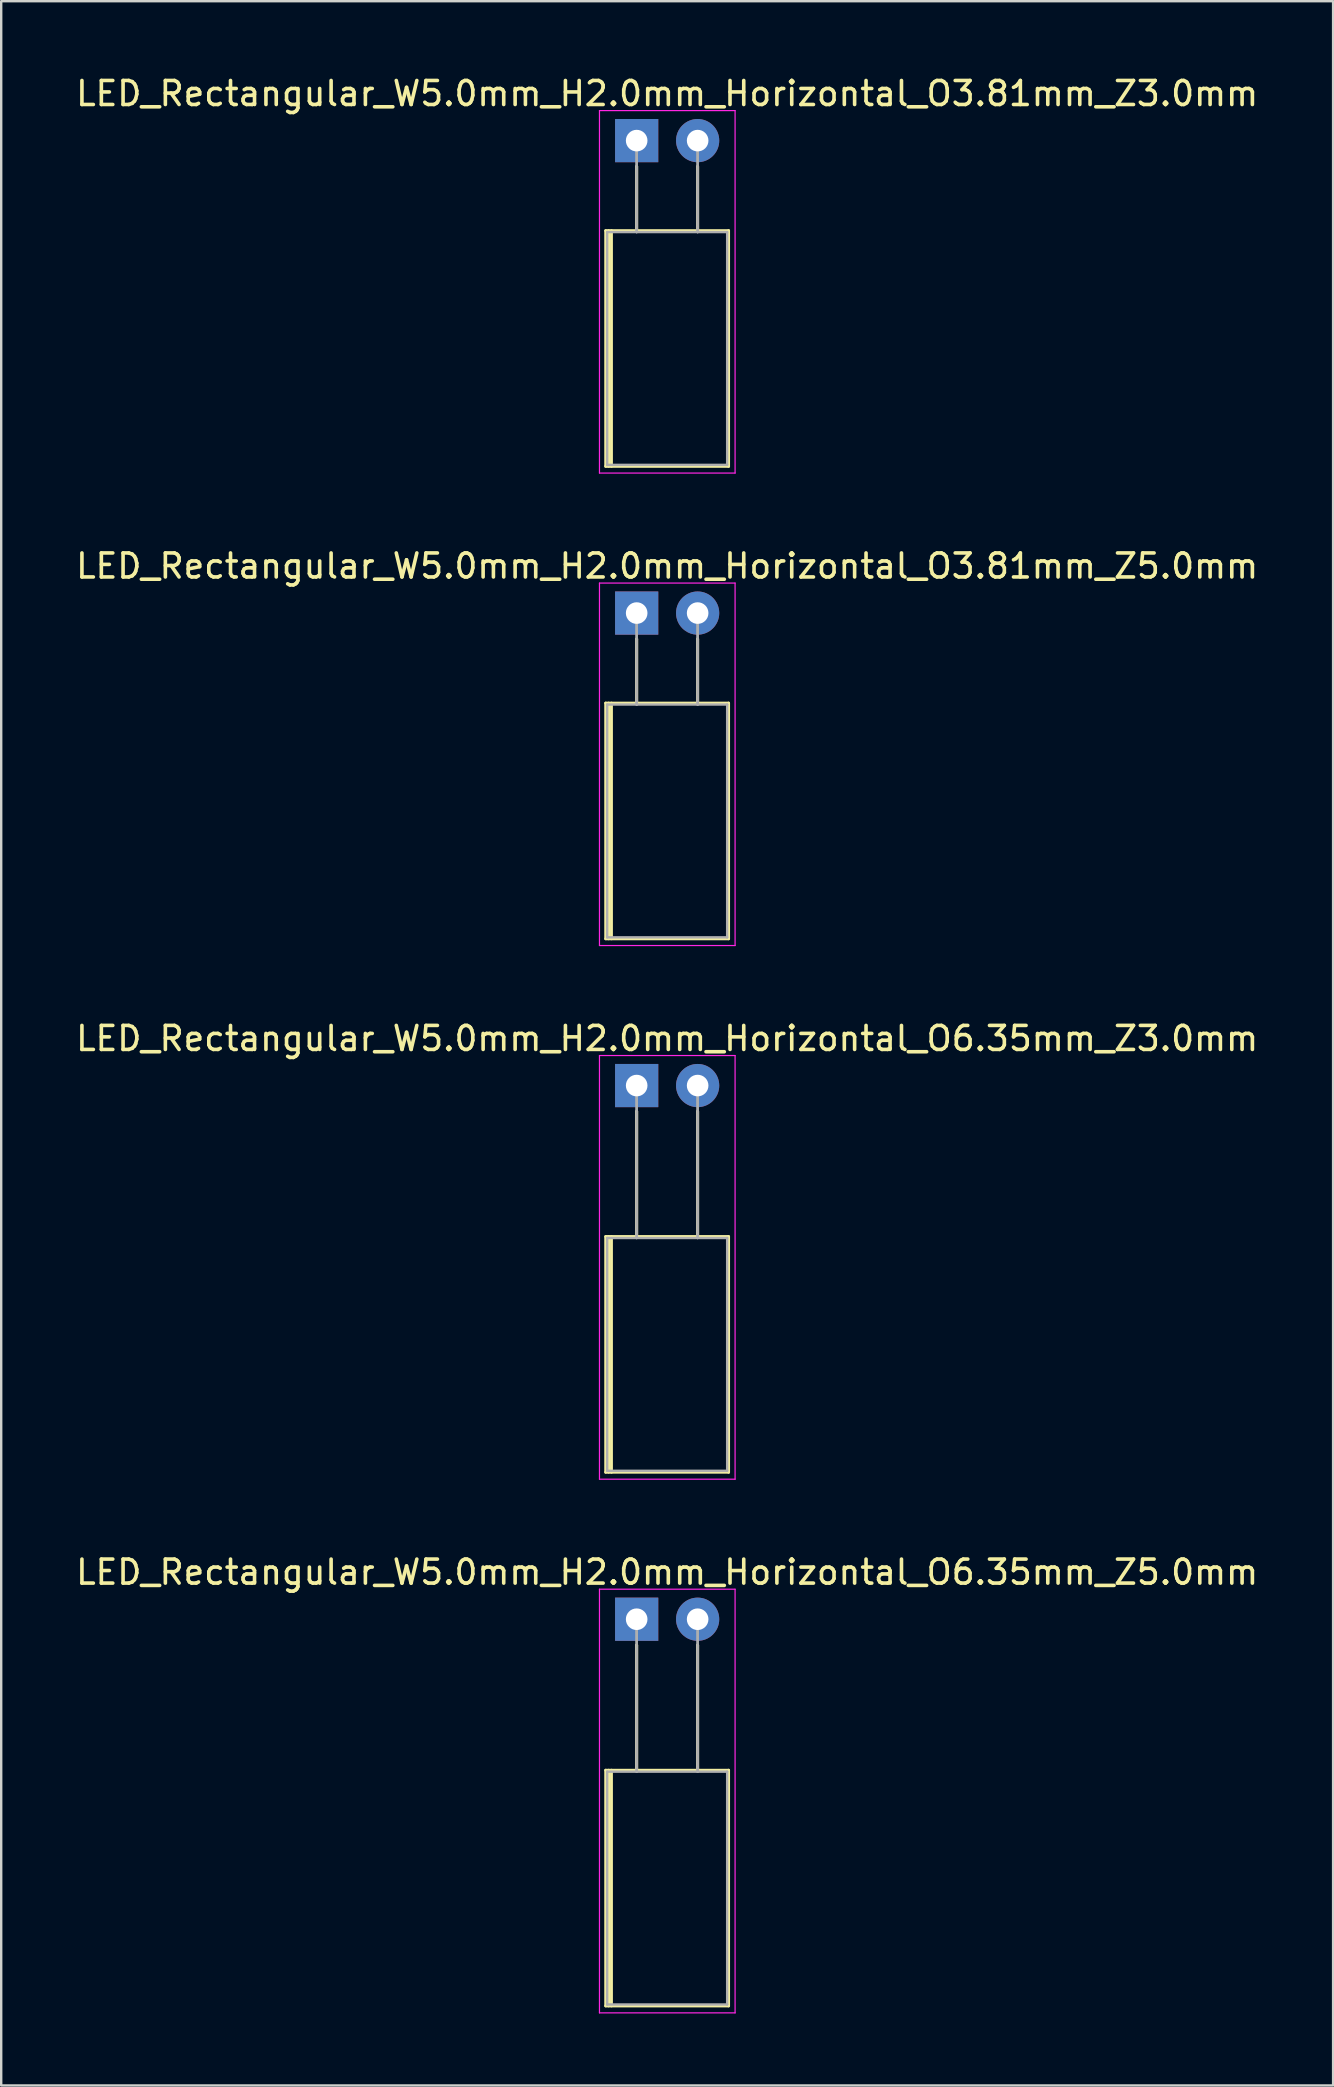
<source format=kicad_pcb>
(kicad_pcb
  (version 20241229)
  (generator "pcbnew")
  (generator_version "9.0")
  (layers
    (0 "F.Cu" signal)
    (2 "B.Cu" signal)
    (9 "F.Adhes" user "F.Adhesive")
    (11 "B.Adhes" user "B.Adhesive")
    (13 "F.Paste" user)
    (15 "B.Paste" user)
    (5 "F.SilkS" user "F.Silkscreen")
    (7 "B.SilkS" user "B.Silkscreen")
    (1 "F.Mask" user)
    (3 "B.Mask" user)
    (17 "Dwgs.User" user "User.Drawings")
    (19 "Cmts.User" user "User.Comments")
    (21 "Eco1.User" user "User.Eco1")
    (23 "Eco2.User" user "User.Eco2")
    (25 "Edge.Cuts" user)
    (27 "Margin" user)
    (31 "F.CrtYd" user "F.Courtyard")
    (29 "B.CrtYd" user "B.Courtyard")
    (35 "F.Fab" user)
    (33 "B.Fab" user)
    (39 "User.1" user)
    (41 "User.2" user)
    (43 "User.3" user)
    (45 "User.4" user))
  (footprint "LED_Rectangular_W5.0mm_H2.0mm_Horizontal_O6.35mm_Z3.0mm"
    (layer "F.Cu")
    (at 23.474 42.175)
    (property "Reference" "LED_Rectangular_W5.0mm_H2.0mm_Horizontal_O6.35mm_Z3.0mm" (at 1.27 -1.96 0) (layer "F.SilkS") (effects (font (size 1 1) (thickness 0.15))))
    (attr through_hole)
    (fp_line (start -1.29 6.29) (end -1.29 16.11) (stroke (width 0.12) (type solid)) (layer "F.SilkS"))
    (fp_line (start -1.29 16.11) (end 3.83 16.11) (stroke (width 0.12) (type solid)) (layer "F.SilkS"))
    (fp_line (start -1.17 6.29) (end -1.17 16.11) (stroke (width 0.12) (type solid)) (layer "F.SilkS"))
    (fp_line (start -1.05 6.29) (end -1.05 16.11) (stroke (width 0.12) (type solid)) (layer "F.SilkS"))
    (fp_line (start 0 1.08) (end 0 1.08) (stroke (width 0.12) (type solid)) (layer "F.SilkS"))
    (fp_line (start 0 1.08) (end 0 6.29) (stroke (width 0.12) (type solid)) (layer "F.SilkS"))
    (fp_line (start 0 6.29) (end 0 1.08) (stroke (width 0.12) (type solid)) (layer "F.SilkS"))
    (fp_line (start 0 6.29) (end 0 6.29) (stroke (width 0.12) (type solid)) (layer "F.SilkS"))
    (fp_line (start 2.54 1.08) (end 2.54 1.08) (stroke (width 0.12) (type solid)) (layer "F.SilkS"))
    (fp_line (start 2.54 1.08) (end 2.54 6.29) (stroke (width 0.12) (type solid)) (layer "F.SilkS"))
    (fp_line (start 2.54 6.29) (end 2.54 1.08) (stroke (width 0.12) (type solid)) (layer "F.SilkS"))
    (fp_line (start 2.54 6.29) (end 2.54 6.29) (stroke (width 0.12) (type solid)) (layer "F.SilkS"))
    (fp_line (start 3.83 6.29) (end -1.29 6.29) (stroke (width 0.12) (type solid)) (layer "F.SilkS"))
    (fp_line (start 3.83 16.11) (end 3.83 6.29) (stroke (width 0.12) (type solid)) (layer "F.SilkS"))
    (fp_line (start -1.55 -1.25) (end -1.55 16.4) (stroke (width 0.05) (type solid)) (layer "F.CrtYd"))
    (fp_line (start -1.55 16.4) (end 4.1 16.4) (stroke (width 0.05) (type solid)) (layer "F.CrtYd"))
    (fp_line (start 4.1 -1.25) (end -1.55 -1.25) (stroke (width 0.05) (type solid)) (layer "F.CrtYd"))
    (fp_line (start 4.1 16.4) (end 4.1 -1.25) (stroke (width 0.05) (type solid)) (layer "F.CrtYd"))
    (fp_line (start -1.23 6.35) (end -1.23 16.05) (stroke (width 0.1) (type solid)) (layer "F.Fab"))
    (fp_line (start -1.23 16.05) (end 3.77 16.05) (stroke (width 0.1) (type solid)) (layer "F.Fab"))
    (fp_line (start 0 0) (end 0 0) (stroke (width 0.1) (type solid)) (layer "F.Fab"))
    (fp_line (start 0 0) (end 0 6.35) (stroke (width 0.1) (type solid)) (layer "F.Fab"))
    (fp_line (start 0 6.35) (end 0 0) (stroke (width 0.1) (type solid)) (layer "F.Fab"))
    (fp_line (start 0 6.35) (end 0 6.35) (stroke (width 0.1) (type solid)) (layer "F.Fab"))
    (fp_line (start 2.54 0) (end 2.54 0) (stroke (width 0.1) (type solid)) (layer "F.Fab"))
    (fp_line (start 2.54 0) (end 2.54 6.35) (stroke (width 0.1) (type solid)) (layer "F.Fab"))
    (fp_line (start 2.54 6.35) (end 2.54 0) (stroke (width 0.1) (type solid)) (layer "F.Fab"))
    (fp_line (start 2.54 6.35) (end 2.54 6.35) (stroke (width 0.1) (type solid)) (layer "F.Fab"))
    (fp_line (start 3.77 6.35) (end -1.23 6.35) (stroke (width 0.1) (type solid)) (layer "F.Fab"))
    (fp_line (start 3.77 16.05) (end 3.77 6.35) (stroke (width 0.1) (type solid)) (layer "F.Fab"))
    (pad "1" thru_hole rect (at 0 0) (size 1.8 1.8) (drill 0.9) (layers "*.Cu" "*.Mask"))
    (pad "2" thru_hole circle (at 2.54 0) (size 1.8 1.8) (drill 0.9) (layers "*.Cu" "*.Mask")))
  (footprint "LED_Rectangular_W5.0mm_H2.0mm_Horizontal_O6.35mm_Z5.0mm"
    (layer "F.Cu")
    (at 23.474 64.408)
    (property "Reference" "LED_Rectangular_W5.0mm_H2.0mm_Horizontal_O6.35mm_Z5.0mm" (at 1.27 -1.96 0) (layer "F.SilkS") (effects (font (size 1 1) (thickness 0.15))))
    (attr through_hole)
    (fp_line (start -1.29 6.29) (end -1.29 16.11) (stroke (width 0.12) (type solid)) (layer "F.SilkS"))
    (fp_line (start -1.29 16.11) (end 3.83 16.11) (stroke (width 0.12) (type solid)) (layer "F.SilkS"))
    (fp_line (start -1.17 6.29) (end -1.17 16.11) (stroke (width 0.12) (type solid)) (layer "F.SilkS"))
    (fp_line (start -1.05 6.29) (end -1.05 16.11) (stroke (width 0.12) (type solid)) (layer "F.SilkS"))
    (fp_line (start 0 1.08) (end 0 1.08) (stroke (width 0.12) (type solid)) (layer "F.SilkS"))
    (fp_line (start 0 1.08) (end 0 6.29) (stroke (width 0.12) (type solid)) (layer "F.SilkS"))
    (fp_line (start 0 6.29) (end 0 1.08) (stroke (width 0.12) (type solid)) (layer "F.SilkS"))
    (fp_line (start 0 6.29) (end 0 6.29) (stroke (width 0.12) (type solid)) (layer "F.SilkS"))
    (fp_line (start 2.54 1.08) (end 2.54 1.08) (stroke (width 0.12) (type solid)) (layer "F.SilkS"))
    (fp_line (start 2.54 1.08) (end 2.54 6.29) (stroke (width 0.12) (type solid)) (layer "F.SilkS"))
    (fp_line (start 2.54 6.29) (end 2.54 1.08) (stroke (width 0.12) (type solid)) (layer "F.SilkS"))
    (fp_line (start 2.54 6.29) (end 2.54 6.29) (stroke (width 0.12) (type solid)) (layer "F.SilkS"))
    (fp_line (start 3.83 6.29) (end -1.29 6.29) (stroke (width 0.12) (type solid)) (layer "F.SilkS"))
    (fp_line (start 3.83 16.11) (end 3.83 6.29) (stroke (width 0.12) (type solid)) (layer "F.SilkS"))
    (fp_line (start -1.55 -1.25) (end -1.55 16.4) (stroke (width 0.05) (type solid)) (layer "F.CrtYd"))
    (fp_line (start -1.55 16.4) (end 4.1 16.4) (stroke (width 0.05) (type solid)) (layer "F.CrtYd"))
    (fp_line (start 4.1 -1.25) (end -1.55 -1.25) (stroke (width 0.05) (type solid)) (layer "F.CrtYd"))
    (fp_line (start 4.1 16.4) (end 4.1 -1.25) (stroke (width 0.05) (type solid)) (layer "F.CrtYd"))
    (fp_line (start -1.23 6.35) (end -1.23 16.05) (stroke (width 0.1) (type solid)) (layer "F.Fab"))
    (fp_line (start -1.23 16.05) (end 3.77 16.05) (stroke (width 0.1) (type solid)) (layer "F.Fab"))
    (fp_line (start 0 0) (end 0 0) (stroke (width 0.1) (type solid)) (layer "F.Fab"))
    (fp_line (start 0 0) (end 0 6.35) (stroke (width 0.1) (type solid)) (layer "F.Fab"))
    (fp_line (start 0 6.35) (end 0 0) (stroke (width 0.1) (type solid)) (layer "F.Fab"))
    (fp_line (start 0 6.35) (end 0 6.35) (stroke (width 0.1) (type solid)) (layer "F.Fab"))
    (fp_line (start 2.54 0) (end 2.54 0) (stroke (width 0.1) (type solid)) (layer "F.Fab"))
    (fp_line (start 2.54 0) (end 2.54 6.35) (stroke (width 0.1) (type solid)) (layer "F.Fab"))
    (fp_line (start 2.54 6.35) (end 2.54 0) (stroke (width 0.1) (type solid)) (layer "F.Fab"))
    (fp_line (start 2.54 6.35) (end 2.54 6.35) (stroke (width 0.1) (type solid)) (layer "F.Fab"))
    (fp_line (start 3.77 6.35) (end -1.23 6.35) (stroke (width 0.1) (type solid)) (layer "F.Fab"))
    (fp_line (start 3.77 16.05) (end 3.77 6.35) (stroke (width 0.1) (type solid)) (layer "F.Fab"))
    (pad "1" thru_hole rect (at 0 0) (size 1.8 1.8) (drill 0.9) (layers "*.Cu" "*.Mask"))
    (pad "2" thru_hole circle (at 2.54 0) (size 1.8 1.8) (drill 0.9) (layers "*.Cu" "*.Mask")))
  (footprint "LED_Rectangular_W5.0mm_H2.0mm_Horizontal_O3.81mm_Z3.0mm"
    (layer "F.Cu")
    (at 23.474 2.808)
    (property "Reference" "LED_Rectangular_W5.0mm_H2.0mm_Horizontal_O3.81mm_Z3.0mm" (at 1.27 -1.96 0) (layer "F.SilkS") (effects (font (size 1 1) (thickness 0.15))))
    (attr through_hole)
    (fp_line (start -1.29 3.75) (end -1.29 13.57) (stroke (width 0.12) (type solid)) (layer "F.SilkS"))
    (fp_line (start -1.29 13.57) (end 3.83 13.57) (stroke (width 0.12) (type solid)) (layer "F.SilkS"))
    (fp_line (start -1.17 3.75) (end -1.17 13.57) (stroke (width 0.12) (type solid)) (layer "F.SilkS"))
    (fp_line (start -1.05 3.75) (end -1.05 13.57) (stroke (width 0.12) (type solid)) (layer "F.SilkS"))
    (fp_line (start 0 1.08) (end 0 1.08) (stroke (width 0.12) (type solid)) (layer "F.SilkS"))
    (fp_line (start 0 1.08) (end 0 3.75) (stroke (width 0.12) (type solid)) (layer "F.SilkS"))
    (fp_line (start 0 3.75) (end 0 1.08) (stroke (width 0.12) (type solid)) (layer "F.SilkS"))
    (fp_line (start 0 3.75) (end 0 3.75) (stroke (width 0.12) (type solid)) (layer "F.SilkS"))
    (fp_line (start 2.54 1.08) (end 2.54 1.08) (stroke (width 0.12) (type solid)) (layer "F.SilkS"))
    (fp_line (start 2.54 1.08) (end 2.54 3.75) (stroke (width 0.12) (type solid)) (layer "F.SilkS"))
    (fp_line (start 2.54 3.75) (end 2.54 1.08) (stroke (width 0.12) (type solid)) (layer "F.SilkS"))
    (fp_line (start 2.54 3.75) (end 2.54 3.75) (stroke (width 0.12) (type solid)) (layer "F.SilkS"))
    (fp_line (start 3.83 3.75) (end -1.29 3.75) (stroke (width 0.12) (type solid)) (layer "F.SilkS"))
    (fp_line (start 3.83 13.57) (end 3.83 3.75) (stroke (width 0.12) (type solid)) (layer "F.SilkS"))
    (fp_line (start -1.55 -1.25) (end -1.55 13.85) (stroke (width 0.05) (type solid)) (layer "F.CrtYd"))
    (fp_line (start -1.55 13.85) (end 4.1 13.85) (stroke (width 0.05) (type solid)) (layer "F.CrtYd"))
    (fp_line (start 4.1 -1.25) (end -1.55 -1.25) (stroke (width 0.05) (type solid)) (layer "F.CrtYd"))
    (fp_line (start 4.1 13.85) (end 4.1 -1.25) (stroke (width 0.05) (type solid)) (layer "F.CrtYd"))
    (fp_line (start -1.23 3.81) (end -1.23 13.51) (stroke (width 0.1) (type solid)) (layer "F.Fab"))
    (fp_line (start -1.23 13.51) (end 3.77 13.51) (stroke (width 0.1) (type solid)) (layer "F.Fab"))
    (fp_line (start 0 0) (end 0 0) (stroke (width 0.1) (type solid)) (layer "F.Fab"))
    (fp_line (start 0 0) (end 0 3.81) (stroke (width 0.1) (type solid)) (layer "F.Fab"))
    (fp_line (start 0 3.81) (end 0 0) (stroke (width 0.1) (type solid)) (layer "F.Fab"))
    (fp_line (start 0 3.81) (end 0 3.81) (stroke (width 0.1) (type solid)) (layer "F.Fab"))
    (fp_line (start 2.54 0) (end 2.54 0) (stroke (width 0.1) (type solid)) (layer "F.Fab"))
    (fp_line (start 2.54 0) (end 2.54 3.81) (stroke (width 0.1) (type solid)) (layer "F.Fab"))
    (fp_line (start 2.54 3.81) (end 2.54 0) (stroke (width 0.1) (type solid)) (layer "F.Fab"))
    (fp_line (start 2.54 3.81) (end 2.54 3.81) (stroke (width 0.1) (type solid)) (layer "F.Fab"))
    (fp_line (start 3.77 3.81) (end -1.23 3.81) (stroke (width 0.1) (type solid)) (layer "F.Fab"))
    (fp_line (start 3.77 13.51) (end 3.77 3.81) (stroke (width 0.1) (type solid)) (layer "F.Fab"))
    (pad "1" thru_hole rect (at 0 0) (size 1.8 1.8) (drill 0.9) (layers "*.Cu" "*.Mask"))
    (pad "2" thru_hole circle (at 2.54 0) (size 1.8 1.8) (drill 0.9) (layers "*.Cu" "*.Mask")))
  (footprint "LED_Rectangular_W5.0mm_H2.0mm_Horizontal_O3.81mm_Z5.0mm"
    (layer "F.Cu")
    (at 23.474 22.491)
    (property "Reference" "LED_Rectangular_W5.0mm_H2.0mm_Horizontal_O3.81mm_Z5.0mm" (at 1.27 -1.96 0) (layer "F.SilkS") (effects (font (size 1 1) (thickness 0.15))))
    (attr through_hole)
    (fp_line (start -1.29 3.75) (end -1.29 13.57) (stroke (width 0.12) (type solid)) (layer "F.SilkS"))
    (fp_line (start -1.29 13.57) (end 3.83 13.57) (stroke (width 0.12) (type solid)) (layer "F.SilkS"))
    (fp_line (start -1.17 3.75) (end -1.17 13.57) (stroke (width 0.12) (type solid)) (layer "F.SilkS"))
    (fp_line (start -1.05 3.75) (end -1.05 13.57) (stroke (width 0.12) (type solid)) (layer "F.SilkS"))
    (fp_line (start 0 1.08) (end 0 1.08) (stroke (width 0.12) (type solid)) (layer "F.SilkS"))
    (fp_line (start 0 1.08) (end 0 3.75) (stroke (width 0.12) (type solid)) (layer "F.SilkS"))
    (fp_line (start 0 3.75) (end 0 1.08) (stroke (width 0.12) (type solid)) (layer "F.SilkS"))
    (fp_line (start 0 3.75) (end 0 3.75) (stroke (width 0.12) (type solid)) (layer "F.SilkS"))
    (fp_line (start 2.54 1.08) (end 2.54 1.08) (stroke (width 0.12) (type solid)) (layer "F.SilkS"))
    (fp_line (start 2.54 1.08) (end 2.54 3.75) (stroke (width 0.12) (type solid)) (layer "F.SilkS"))
    (fp_line (start 2.54 3.75) (end 2.54 1.08) (stroke (width 0.12) (type solid)) (layer "F.SilkS"))
    (fp_line (start 2.54 3.75) (end 2.54 3.75) (stroke (width 0.12) (type solid)) (layer "F.SilkS"))
    (fp_line (start 3.83 3.75) (end -1.29 3.75) (stroke (width 0.12) (type solid)) (layer "F.SilkS"))
    (fp_line (start 3.83 13.57) (end 3.83 3.75) (stroke (width 0.12) (type solid)) (layer "F.SilkS"))
    (fp_line (start -1.55 -1.25) (end -1.55 13.85) (stroke (width 0.05) (type solid)) (layer "F.CrtYd"))
    (fp_line (start -1.55 13.85) (end 4.1 13.85) (stroke (width 0.05) (type solid)) (layer "F.CrtYd"))
    (fp_line (start 4.1 -1.25) (end -1.55 -1.25) (stroke (width 0.05) (type solid)) (layer "F.CrtYd"))
    (fp_line (start 4.1 13.85) (end 4.1 -1.25) (stroke (width 0.05) (type solid)) (layer "F.CrtYd"))
    (fp_line (start -1.23 3.81) (end -1.23 13.51) (stroke (width 0.1) (type solid)) (layer "F.Fab"))
    (fp_line (start -1.23 13.51) (end 3.77 13.51) (stroke (width 0.1) (type solid)) (layer "F.Fab"))
    (fp_line (start 0 0) (end 0 0) (stroke (width 0.1) (type solid)) (layer "F.Fab"))
    (fp_line (start 0 0) (end 0 3.81) (stroke (width 0.1) (type solid)) (layer "F.Fab"))
    (fp_line (start 0 3.81) (end 0 0) (stroke (width 0.1) (type solid)) (layer "F.Fab"))
    (fp_line (start 0 3.81) (end 0 3.81) (stroke (width 0.1) (type solid)) (layer "F.Fab"))
    (fp_line (start 2.54 0) (end 2.54 0) (stroke (width 0.1) (type solid)) (layer "F.Fab"))
    (fp_line (start 2.54 0) (end 2.54 3.81) (stroke (width 0.1) (type solid)) (layer "F.Fab"))
    (fp_line (start 2.54 3.81) (end 2.54 0) (stroke (width 0.1) (type solid)) (layer "F.Fab"))
    (fp_line (start 2.54 3.81) (end 2.54 3.81) (stroke (width 0.1) (type solid)) (layer "F.Fab"))
    (fp_line (start 3.77 3.81) (end -1.23 3.81) (stroke (width 0.1) (type solid)) (layer "F.Fab"))
    (fp_line (start 3.77 13.51) (end 3.77 3.81) (stroke (width 0.1) (type solid)) (layer "F.Fab"))
    (pad "1" thru_hole rect (at 0 0) (size 1.8 1.8) (drill 0.9) (layers "*.Cu" "*.Mask"))
    (pad "2" thru_hole circle (at 2.54 0) (size 1.8 1.8) (drill 0.9) (layers "*.Cu" "*.Mask")))
  (gr_rect
    (start -3 -3)
    (end 52.488 83.833)
    (stroke (width 0.1) (type default))
    (fill no)
    (layer "Edge.Cuts")))
</source>
